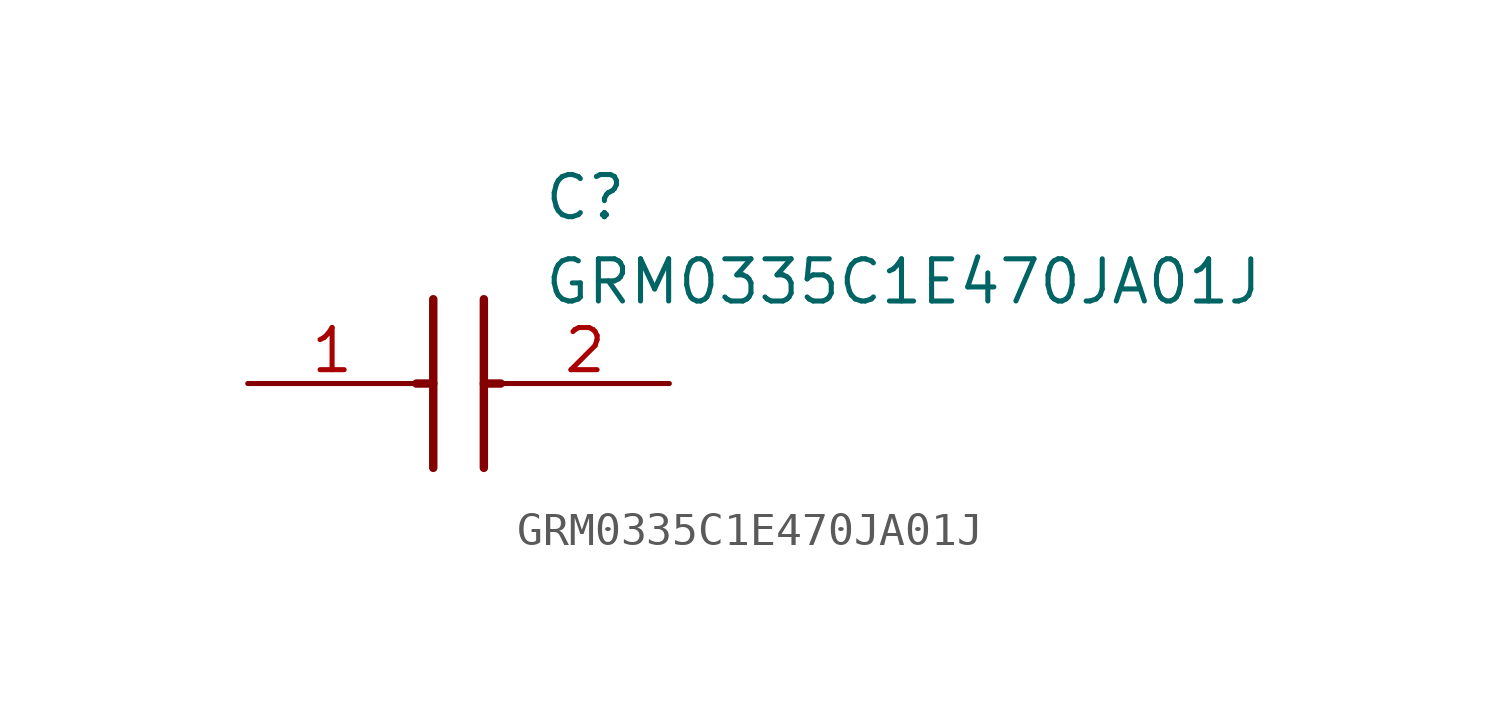
<source format=kicad_sym>
(kicad_symbol_lib
  (version 20211014)
  (generator SamacSys_ECAD_Model)
  (symbol "GRM0335C1E470JA01J"
    (pin_names hide)
    (property "Reference" "C"
      (at 8.89 6.35 0)
      (effects (font (size 1.27 1.27)) (justify left top)))
    (property "Value" "GRM0335C1E470JA01J"
      (at 8.89 3.81 0)
      (effects (font (size 1.27 1.27)) (justify left top)))
    (polyline
      (pts (xy 5.588 2.54) (xy 5.588 -2.54))
      (stroke (width 0.254) (type default))
      (fill (type none)))
    (polyline
      (pts (xy 7.112 2.54) (xy 7.112 -2.54))
      (stroke (width 0.254) (type default))
      (fill (type none)))
    (polyline
      (pts (xy 5.08 0) (xy 5.588 0))
      (stroke (width 0.254) (type default))
      (fill (type none)))
    (polyline
      (pts (xy 7.112 0) (xy 7.62 0))
      (stroke (width 0.254) (type default))
      (fill (type none)))
    (pin passive line
      (at 0 0 0)
      (length 5.08)
      (name "1" (effects (font (size 1.27 1.27))))
      (number "1" (effects (font (size 1.27 1.27)))))
    (pin passive line
      (at 12.7 0 180)
      (length 5.08)
      (name "2" (effects (font (size 1.27 1.27))))
      (number "2" (effects (font (size 1.27 1.27)))))))
</source>
